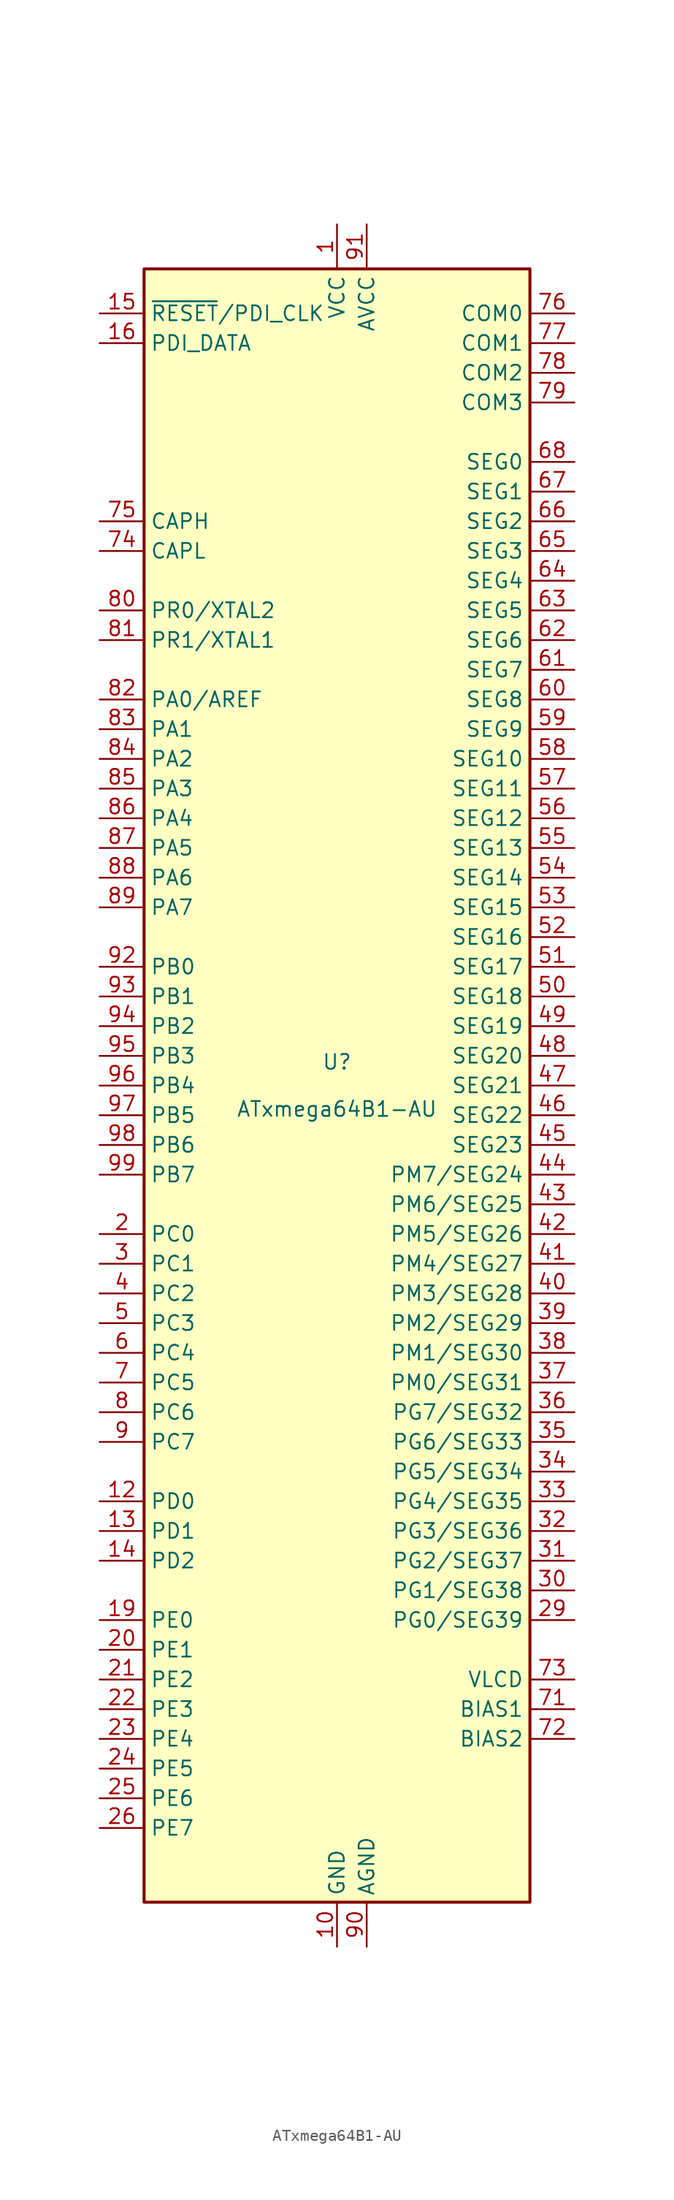
<source format=kicad_sym>
(kicad_symbol_lib
  (version 20211014)
  (generator kicad_symbol_editor)
  (symbol "ATxmega64B1-AU"
    (property "Reference" "U"
      (at 0 1.27 0)
      (effects (font (size 1.27 1.27)) (justify bottom)))
    (property "Value" "ATxmega64B1-AU"
      (at 0 -1.27 0)
      (effects (font (size 1.27 1.27)) (justify top)))
    (symbol "ATxmega64B1-AU_0_1"
      (rectangle (start -16.51 -69.85) (end 16.51 69.85) (stroke (width 0.254) (type default) (color 0 0 0 0)) (fill (type background))))
    (symbol "ATxmega64B1-AU_1_1"
      (pin power_in line (at 0 73.66 270) (length 3.81) (name "VCC" (effects (font (size 1.27 1.27)))) (number "1" (effects (font (size 1.27 1.27)))))
      (pin power_in line (at 0 -73.66 90) (length 3.81) (name "GND" (effects (font (size 1.27 1.27)))) (number "10" (effects (font (size 1.27 1.27)))))
      (pin passive line (at 0 -73.66 90) (length 3.81) hide (name "GND" (effects (font (size 1.27 1.27)))) (number "100" (effects (font (size 1.27 1.27)))))
      (pin passive line (at 0 73.66 270) (length 3.81) hide (name "VCC" (effects (font (size 1.27 1.27)))) (number "11" (effects (font (size 1.27 1.27)))))
      (pin bidirectional line (at -20.32 -35.56 0) (length 3.81) (name "PD0" (effects (font (size 1.27 1.27)))) (number "12" (effects (font (size 1.27 1.27)))))
      (pin bidirectional line (at -20.32 -38.1 0) (length 3.81) (name "PD1" (effects (font (size 1.27 1.27)))) (number "13" (effects (font (size 1.27 1.27)))))
      (pin bidirectional line (at -20.32 -40.64 0) (length 3.81) (name "PD2" (effects (font (size 1.27 1.27)))) (number "14" (effects (font (size 1.27 1.27)))))
      (pin input line (at -20.32 66.04 0) (length 3.81) (name "~{RESET}/PDI_CLK" (effects (font (size 1.27 1.27)))) (number "15" (effects (font (size 1.27 1.27)))))
      (pin bidirectional line (at -20.32 63.5 0) (length 3.81) (name "PDI_DATA" (effects (font (size 1.27 1.27)))) (number "16" (effects (font (size 1.27 1.27)))))
      (pin passive line (at 0 -73.66 90) (length 3.81) hide (name "GND" (effects (font (size 1.27 1.27)))) (number "17" (effects (font (size 1.27 1.27)))))
      (pin passive line (at 0 73.66 270) (length 3.81) hide (name "VCC" (effects (font (size 1.27 1.27)))) (number "18" (effects (font (size 1.27 1.27)))))
      (pin bidirectional line (at -20.32 -45.72 0) (length 3.81) (name "PE0" (effects (font (size 1.27 1.27)))) (number "19" (effects (font (size 1.27 1.27)))))
      (pin bidirectional line (at -20.32 -12.7 0) (length 3.81) (name "PC0" (effects (font (size 1.27 1.27)))) (number "2" (effects (font (size 1.27 1.27)))))
      (pin bidirectional line (at -20.32 -48.26 0) (length 3.81) (name "PE1" (effects (font (size 1.27 1.27)))) (number "20" (effects (font (size 1.27 1.27)))))
      (pin bidirectional line (at -20.32 -50.8 0) (length 3.81) (name "PE2" (effects (font (size 1.27 1.27)))) (number "21" (effects (font (size 1.27 1.27)))))
      (pin bidirectional line (at -20.32 -53.34 0) (length 3.81) (name "PE3" (effects (font (size 1.27 1.27)))) (number "22" (effects (font (size 1.27 1.27)))))
      (pin bidirectional line (at -20.32 -55.88 0) (length 3.81) (name "PE4" (effects (font (size 1.27 1.27)))) (number "23" (effects (font (size 1.27 1.27)))))
      (pin bidirectional line (at -20.32 -58.42 0) (length 3.81) (name "PE5" (effects (font (size 1.27 1.27)))) (number "24" (effects (font (size 1.27 1.27)))))
      (pin bidirectional line (at -20.32 -60.96 0) (length 3.81) (name "PE6" (effects (font (size 1.27 1.27)))) (number "25" (effects (font (size 1.27 1.27)))))
      (pin bidirectional line (at -20.32 -63.5 0) (length 3.81) (name "PE7" (effects (font (size 1.27 1.27)))) (number "26" (effects (font (size 1.27 1.27)))))
      (pin passive line (at 0 -73.66 90) (length 3.81) hide (name "GND" (effects (font (size 1.27 1.27)))) (number "27" (effects (font (size 1.27 1.27)))))
      (pin passive line (at 0 73.66 270) (length 3.81) hide (name "VCC" (effects (font (size 1.27 1.27)))) (number "28" (effects (font (size 1.27 1.27)))))
      (pin bidirectional line (at 20.32 -45.72 180) (length 3.81) (name "PG0/SEG39" (effects (font (size 1.27 1.27)))) (number "29" (effects (font (size 1.27 1.27)))))
      (pin bidirectional line (at -20.32 -15.24 0) (length 3.81) (name "PC1" (effects (font (size 1.27 1.27)))) (number "3" (effects (font (size 1.27 1.27)))))
      (pin bidirectional line (at 20.32 -43.18 180) (length 3.81) (name "PG1/SEG38" (effects (font (size 1.27 1.27)))) (number "30" (effects (font (size 1.27 1.27)))))
      (pin bidirectional line (at 20.32 -40.64 180) (length 3.81) (name "PG2/SEG37" (effects (font (size 1.27 1.27)))) (number "31" (effects (font (size 1.27 1.27)))))
      (pin bidirectional line (at 20.32 -38.1 180) (length 3.81) (name "PG3/SEG36" (effects (font (size 1.27 1.27)))) (number "32" (effects (font (size 1.27 1.27)))))
      (pin bidirectional line (at 20.32 -35.56 180) (length 3.81) (name "PG4/SEG35" (effects (font (size 1.27 1.27)))) (number "33" (effects (font (size 1.27 1.27)))))
      (pin bidirectional line (at 20.32 -33.02 180) (length 3.81) (name "PG5/SEG34" (effects (font (size 1.27 1.27)))) (number "34" (effects (font (size 1.27 1.27)))))
      (pin bidirectional line (at 20.32 -30.48 180) (length 3.81) (name "PG6/SEG33" (effects (font (size 1.27 1.27)))) (number "35" (effects (font (size 1.27 1.27)))))
      (pin bidirectional line (at 20.32 -27.94 180) (length 3.81) (name "PG7/SEG32" (effects (font (size 1.27 1.27)))) (number "36" (effects (font (size 1.27 1.27)))))
      (pin bidirectional line (at 20.32 -25.4 180) (length 3.81) (name "PM0/SEG31" (effects (font (size 1.27 1.27)))) (number "37" (effects (font (size 1.27 1.27)))))
      (pin bidirectional line (at 20.32 -22.86 180) (length 3.81) (name "PM1/SEG30" (effects (font (size 1.27 1.27)))) (number "38" (effects (font (size 1.27 1.27)))))
      (pin bidirectional line (at 20.32 -20.32 180) (length 3.81) (name "PM2/SEG29" (effects (font (size 1.27 1.27)))) (number "39" (effects (font (size 1.27 1.27)))))
      (pin bidirectional line (at -20.32 -17.78 0) (length 3.81) (name "PC2" (effects (font (size 1.27 1.27)))) (number "4" (effects (font (size 1.27 1.27)))))
      (pin bidirectional line (at 20.32 -17.78 180) (length 3.81) (name "PM3/SEG28" (effects (font (size 1.27 1.27)))) (number "40" (effects (font (size 1.27 1.27)))))
      (pin bidirectional line (at 20.32 -15.24 180) (length 3.81) (name "PM4/SEG27" (effects (font (size 1.27 1.27)))) (number "41" (effects (font (size 1.27 1.27)))))
      (pin bidirectional line (at 20.32 -12.7 180) (length 3.81) (name "PM5/SEG26" (effects (font (size 1.27 1.27)))) (number "42" (effects (font (size 1.27 1.27)))))
      (pin bidirectional line (at 20.32 -10.16 180) (length 3.81) (name "PM6/SEG25" (effects (font (size 1.27 1.27)))) (number "43" (effects (font (size 1.27 1.27)))))
      (pin bidirectional line (at 20.32 -7.62 180) (length 3.81) (name "PM7/SEG24" (effects (font (size 1.27 1.27)))) (number "44" (effects (font (size 1.27 1.27)))))
      (pin output line (at 20.32 -5.08 180) (length 3.81) (name "SEG23" (effects (font (size 1.27 1.27)))) (number "45" (effects (font (size 1.27 1.27)))))
      (pin output line (at 20.32 -2.54 180) (length 3.81) (name "SEG22" (effects (font (size 1.27 1.27)))) (number "46" (effects (font (size 1.27 1.27)))))
      (pin output line (at 20.32 0 180) (length 3.81) (name "SEG21" (effects (font (size 1.27 1.27)))) (number "47" (effects (font (size 1.27 1.27)))))
      (pin output line (at 20.32 2.54 180) (length 3.81) (name "SEG20" (effects (font (size 1.27 1.27)))) (number "48" (effects (font (size 1.27 1.27)))))
      (pin output line (at 20.32 5.08 180) (length 3.81) (name "SEG19" (effects (font (size 1.27 1.27)))) (number "49" (effects (font (size 1.27 1.27)))))
      (pin bidirectional line (at -20.32 -20.32 0) (length 3.81) (name "PC3" (effects (font (size 1.27 1.27)))) (number "5" (effects (font (size 1.27 1.27)))))
      (pin output line (at 20.32 7.62 180) (length 3.81) (name "SEG18" (effects (font (size 1.27 1.27)))) (number "50" (effects (font (size 1.27 1.27)))))
      (pin output line (at 20.32 10.16 180) (length 3.81) (name "SEG17" (effects (font (size 1.27 1.27)))) (number "51" (effects (font (size 1.27 1.27)))))
      (pin output line (at 20.32 12.7 180) (length 3.81) (name "SEG16" (effects (font (size 1.27 1.27)))) (number "52" (effects (font (size 1.27 1.27)))))
      (pin output line (at 20.32 15.24 180) (length 3.81) (name "SEG15" (effects (font (size 1.27 1.27)))) (number "53" (effects (font (size 1.27 1.27)))))
      (pin output line (at 20.32 17.78 180) (length 3.81) (name "SEG14" (effects (font (size 1.27 1.27)))) (number "54" (effects (font (size 1.27 1.27)))))
      (pin output line (at 20.32 20.32 180) (length 3.81) (name "SEG13" (effects (font (size 1.27 1.27)))) (number "55" (effects (font (size 1.27 1.27)))))
      (pin output line (at 20.32 22.86 180) (length 3.81) (name "SEG12" (effects (font (size 1.27 1.27)))) (number "56" (effects (font (size 1.27 1.27)))))
      (pin output line (at 20.32 25.4 180) (length 3.81) (name "SEG11" (effects (font (size 1.27 1.27)))) (number "57" (effects (font (size 1.27 1.27)))))
      (pin output line (at 20.32 27.94 180) (length 3.81) (name "SEG10" (effects (font (size 1.27 1.27)))) (number "58" (effects (font (size 1.27 1.27)))))
      (pin output line (at 20.32 30.48 180) (length 3.81) (name "SEG9" (effects (font (size 1.27 1.27)))) (number "59" (effects (font (size 1.27 1.27)))))
      (pin bidirectional line (at -20.32 -22.86 0) (length 3.81) (name "PC4" (effects (font (size 1.27 1.27)))) (number "6" (effects (font (size 1.27 1.27)))))
      (pin output line (at 20.32 33.02 180) (length 3.81) (name "SEG8" (effects (font (size 1.27 1.27)))) (number "60" (effects (font (size 1.27 1.27)))))
      (pin output line (at 20.32 35.56 180) (length 3.81) (name "SEG7" (effects (font (size 1.27 1.27)))) (number "61" (effects (font (size 1.27 1.27)))))
      (pin output line (at 20.32 38.1 180) (length 3.81) (name "SEG6" (effects (font (size 1.27 1.27)))) (number "62" (effects (font (size 1.27 1.27)))))
      (pin output line (at 20.32 40.64 180) (length 3.81) (name "SEG5" (effects (font (size 1.27 1.27)))) (number "63" (effects (font (size 1.27 1.27)))))
      (pin output line (at 20.32 43.18 180) (length 3.81) (name "SEG4" (effects (font (size 1.27 1.27)))) (number "64" (effects (font (size 1.27 1.27)))))
      (pin output line (at 20.32 45.72 180) (length 3.81) (name "SEG3" (effects (font (size 1.27 1.27)))) (number "65" (effects (font (size 1.27 1.27)))))
      (pin output line (at 20.32 48.26 180) (length 3.81) (name "SEG2" (effects (font (size 1.27 1.27)))) (number "66" (effects (font (size 1.27 1.27)))))
      (pin output line (at 20.32 50.8 180) (length 3.81) (name "SEG1" (effects (font (size 1.27 1.27)))) (number "67" (effects (font (size 1.27 1.27)))))
      (pin output line (at 20.32 53.34 180) (length 3.81) (name "SEG0" (effects (font (size 1.27 1.27)))) (number "68" (effects (font (size 1.27 1.27)))))
      (pin passive line (at 0 -73.66 90) (length 3.81) hide (name "GND" (effects (font (size 1.27 1.27)))) (number "69" (effects (font (size 1.27 1.27)))))
      (pin bidirectional line (at -20.32 -25.4 0) (length 3.81) (name "PC5" (effects (font (size 1.27 1.27)))) (number "7" (effects (font (size 1.27 1.27)))))
      (pin passive line (at 0 73.66 270) (length 3.81) hide (name "VCC" (effects (font (size 1.27 1.27)))) (number "70" (effects (font (size 1.27 1.27)))))
      (pin power_out line (at 20.32 -53.34 180) (length 3.81) (name "BIAS1" (effects (font (size 1.27 1.27)))) (number "71" (effects (font (size 1.27 1.27)))))
      (pin power_out line (at 20.32 -55.88 180) (length 3.81) (name "BIAS2" (effects (font (size 1.27 1.27)))) (number "72" (effects (font (size 1.27 1.27)))))
      (pin power_out line (at 20.32 -50.8 180) (length 3.81) (name "VLCD" (effects (font (size 1.27 1.27)))) (number "73" (effects (font (size 1.27 1.27)))))
      (pin passive line (at -20.32 45.72 0) (length 3.81) (name "CAPL" (effects (font (size 1.27 1.27)))) (number "74" (effects (font (size 1.27 1.27)))))
      (pin passive line (at -20.32 48.26 0) (length 3.81) (name "CAPH" (effects (font (size 1.27 1.27)))) (number "75" (effects (font (size 1.27 1.27)))))
      (pin output line (at 20.32 66.04 180) (length 3.81) (name "COM0" (effects (font (size 1.27 1.27)))) (number "76" (effects (font (size 1.27 1.27)))))
      (pin output line (at 20.32 63.5 180) (length 3.81) (name "COM1" (effects (font (size 1.27 1.27)))) (number "77" (effects (font (size 1.27 1.27)))))
      (pin output line (at 20.32 60.96 180) (length 3.81) (name "COM2" (effects (font (size 1.27 1.27)))) (number "78" (effects (font (size 1.27 1.27)))))
      (pin output line (at 20.32 58.42 180) (length 3.81) (name "COM3" (effects (font (size 1.27 1.27)))) (number "79" (effects (font (size 1.27 1.27)))))
      (pin bidirectional line (at -20.32 -27.94 0) (length 3.81) (name "PC6" (effects (font (size 1.27 1.27)))) (number "8" (effects (font (size 1.27 1.27)))))
      (pin bidirectional line (at -20.32 40.64 0) (length 3.81) (name "PR0/XTAL2" (effects (font (size 1.27 1.27)))) (number "80" (effects (font (size 1.27 1.27)))))
      (pin bidirectional line (at -20.32 38.1 0) (length 3.81) (name "PR1/XTAL1" (effects (font (size 1.27 1.27)))) (number "81" (effects (font (size 1.27 1.27)))))
      (pin bidirectional line (at -20.32 33.02 0) (length 3.81) (name "PA0/AREF" (effects (font (size 1.27 1.27)))) (number "82" (effects (font (size 1.27 1.27)))))
      (pin bidirectional line (at -20.32 30.48 0) (length 3.81) (name "PA1" (effects (font (size 1.27 1.27)))) (number "83" (effects (font (size 1.27 1.27)))))
      (pin bidirectional line (at -20.32 27.94 0) (length 3.81) (name "PA2" (effects (font (size 1.27 1.27)))) (number "84" (effects (font (size 1.27 1.27)))))
      (pin bidirectional line (at -20.32 25.4 0) (length 3.81) (name "PA3" (effects (font (size 1.27 1.27)))) (number "85" (effects (font (size 1.27 1.27)))))
      (pin bidirectional line (at -20.32 22.86 0) (length 3.81) (name "PA4" (effects (font (size 1.27 1.27)))) (number "86" (effects (font (size 1.27 1.27)))))
      (pin bidirectional line (at -20.32 20.32 0) (length 3.81) (name "PA5" (effects (font (size 1.27 1.27)))) (number "87" (effects (font (size 1.27 1.27)))))
      (pin bidirectional line (at -20.32 17.78 0) (length 3.81) (name "PA6" (effects (font (size 1.27 1.27)))) (number "88" (effects (font (size 1.27 1.27)))))
      (pin bidirectional line (at -20.32 15.24 0) (length 3.81) (name "PA7" (effects (font (size 1.27 1.27)))) (number "89" (effects (font (size 1.27 1.27)))))
      (pin bidirectional line (at -20.32 -30.48 0) (length 3.81) (name "PC7" (effects (font (size 1.27 1.27)))) (number "9" (effects (font (size 1.27 1.27)))))
      (pin power_in line (at 2.54 -73.66 90) (length 3.81) (name "AGND" (effects (font (size 1.27 1.27)))) (number "90" (effects (font (size 1.27 1.27)))))
      (pin power_in line (at 2.54 73.66 270) (length 3.81) (name "AVCC" (effects (font (size 1.27 1.27)))) (number "91" (effects (font (size 1.27 1.27)))))
      (pin bidirectional line (at -20.32 10.16 0) (length 3.81) (name "PB0" (effects (font (size 1.27 1.27)))) (number "92" (effects (font (size 1.27 1.27)))))
      (pin bidirectional line (at -20.32 7.62 0) (length 3.81) (name "PB1" (effects (font (size 1.27 1.27)))) (number "93" (effects (font (size 1.27 1.27)))))
      (pin bidirectional line (at -20.32 5.08 0) (length 3.81) (name "PB2" (effects (font (size 1.27 1.27)))) (number "94" (effects (font (size 1.27 1.27)))))
      (pin bidirectional line (at -20.32 2.54 0) (length 3.81) (name "PB3" (effects (font (size 1.27 1.27)))) (number "95" (effects (font (size 1.27 1.27)))))
      (pin bidirectional line (at -20.32 0 0) (length 3.81) (name "PB4" (effects (font (size 1.27 1.27)))) (number "96" (effects (font (size 1.27 1.27)))))
      (pin bidirectional line (at -20.32 -2.54 0) (length 3.81) (name "PB5" (effects (font (size 1.27 1.27)))) (number "97" (effects (font (size 1.27 1.27)))))
      (pin bidirectional line (at -20.32 -5.08 0) (length 3.81) (name "PB6" (effects (font (size 1.27 1.27)))) (number "98" (effects (font (size 1.27 1.27)))))
      (pin bidirectional line (at -20.32 -7.62 0) (length 3.81) (name "PB7" (effects (font (size 1.27 1.27)))) (number "99" (effects (font (size 1.27 1.27))))))))
</source>
